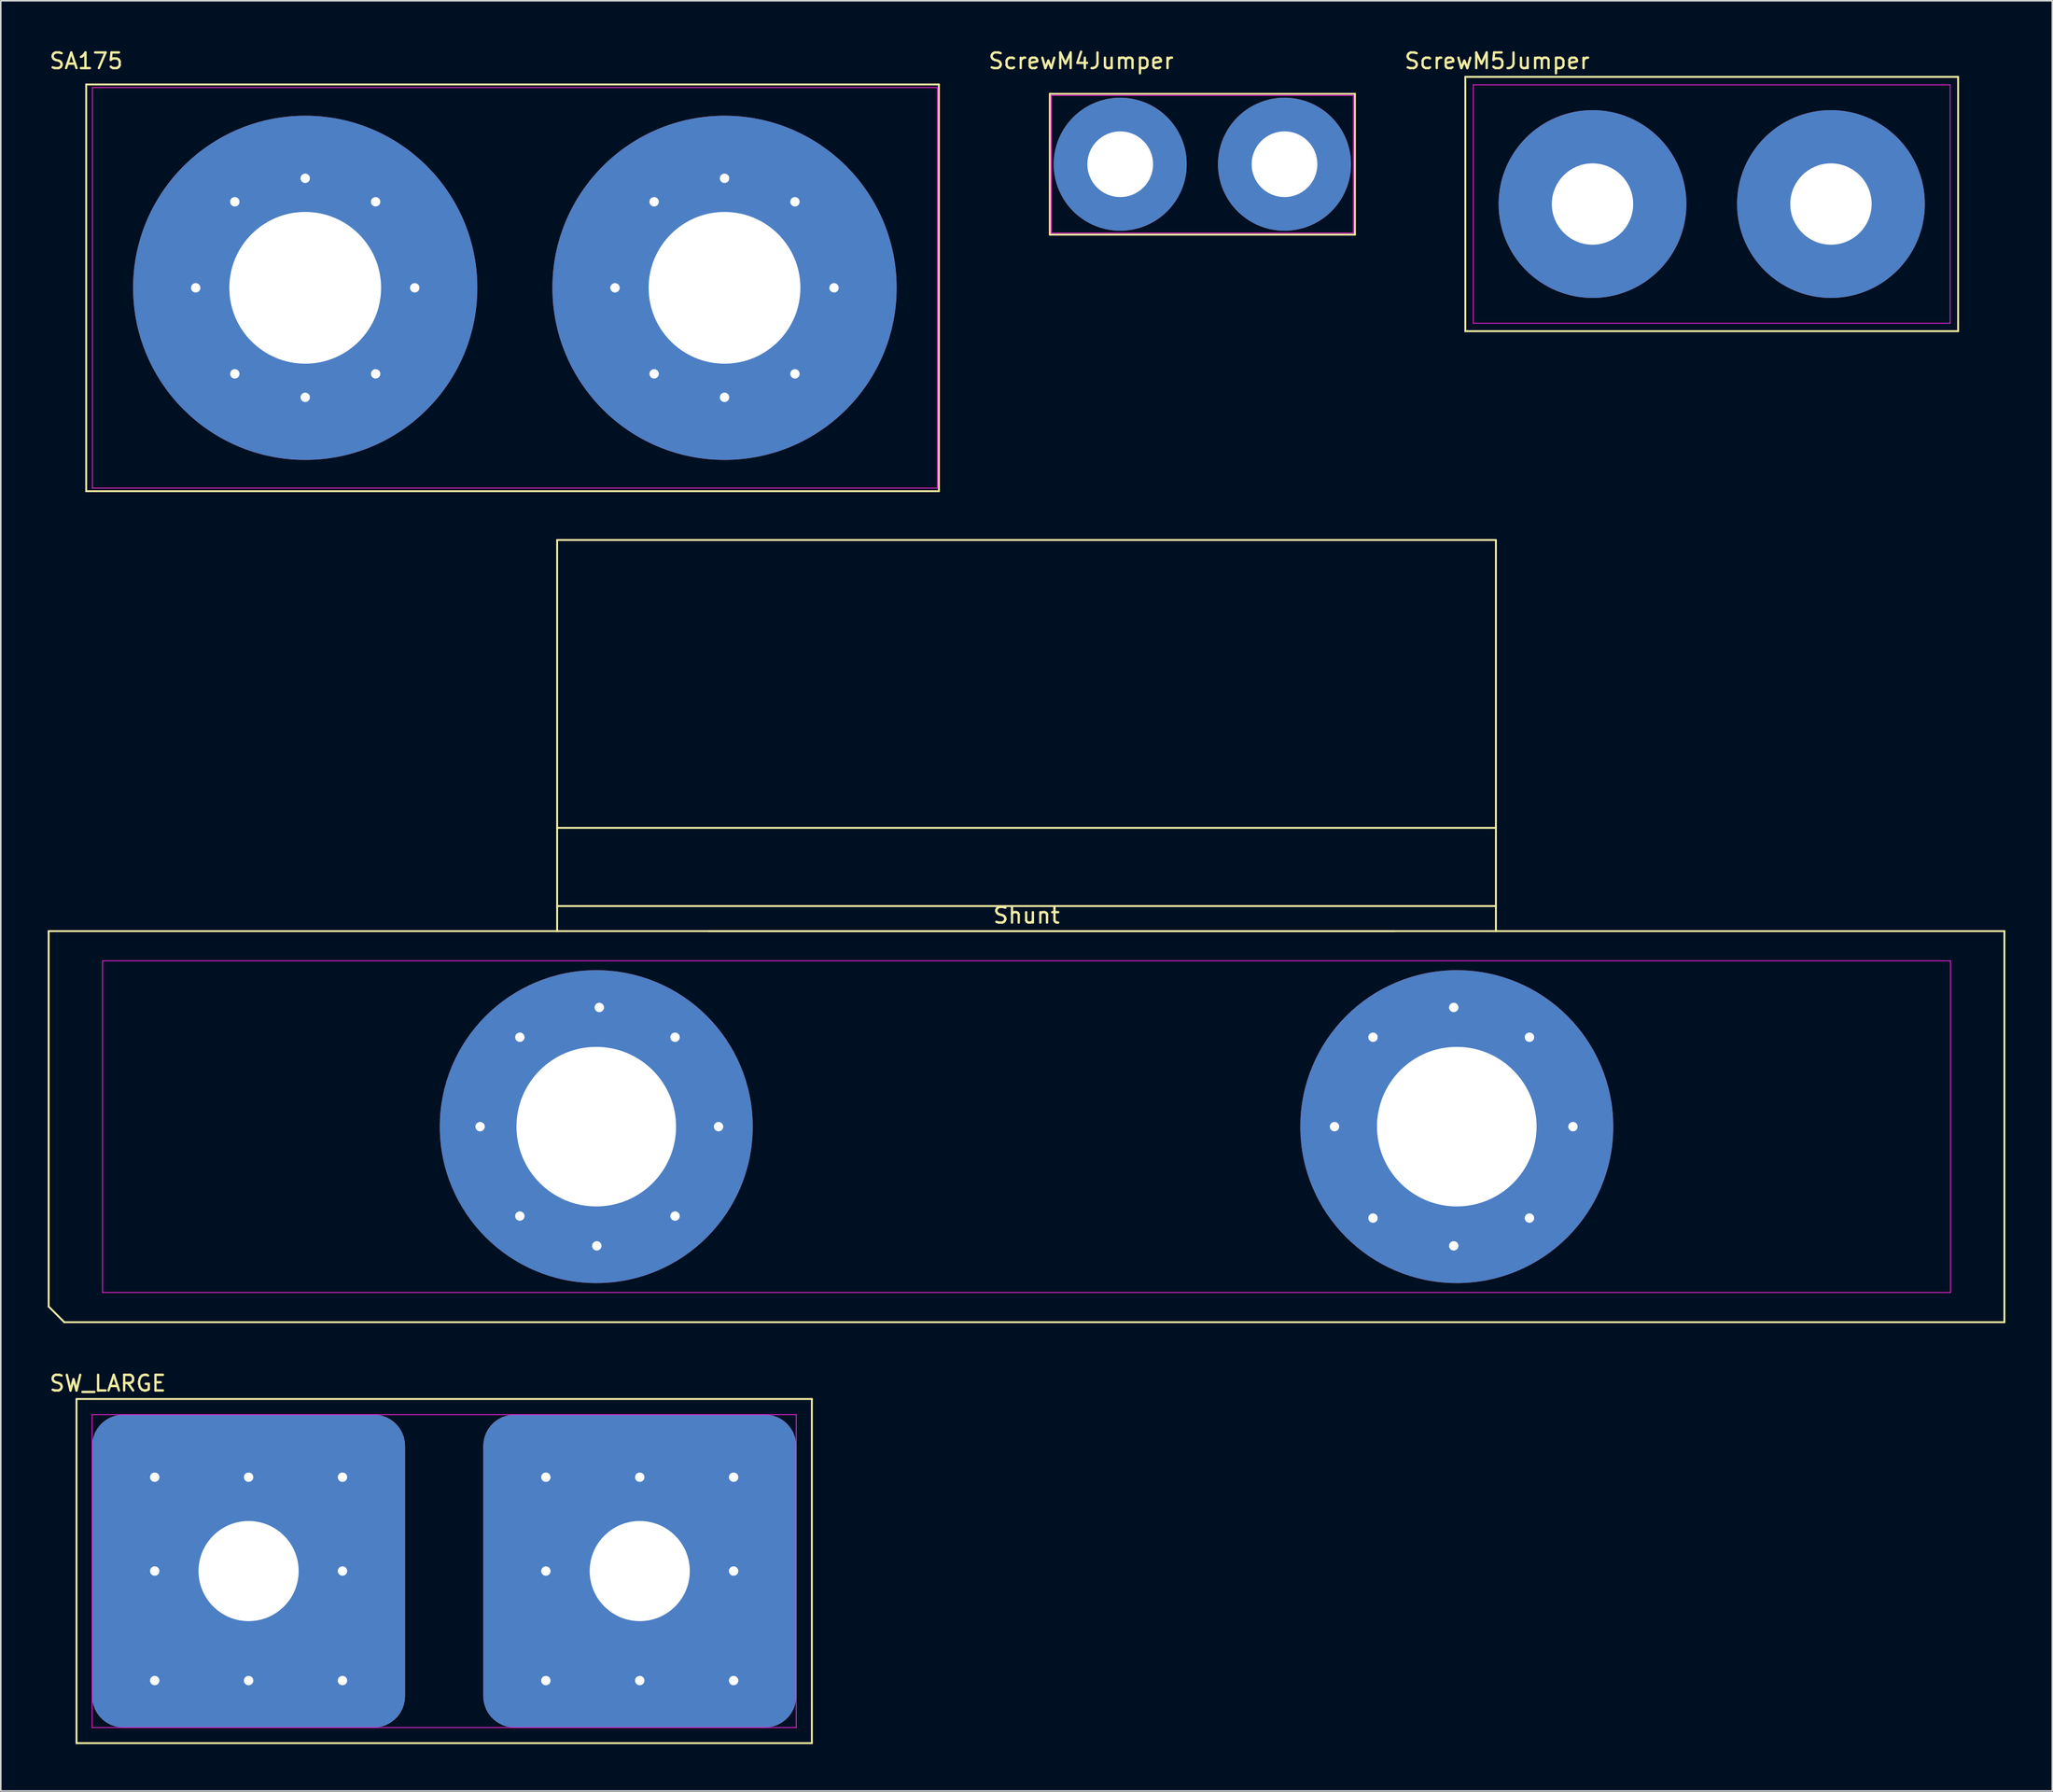
<source format=kicad_pcb>
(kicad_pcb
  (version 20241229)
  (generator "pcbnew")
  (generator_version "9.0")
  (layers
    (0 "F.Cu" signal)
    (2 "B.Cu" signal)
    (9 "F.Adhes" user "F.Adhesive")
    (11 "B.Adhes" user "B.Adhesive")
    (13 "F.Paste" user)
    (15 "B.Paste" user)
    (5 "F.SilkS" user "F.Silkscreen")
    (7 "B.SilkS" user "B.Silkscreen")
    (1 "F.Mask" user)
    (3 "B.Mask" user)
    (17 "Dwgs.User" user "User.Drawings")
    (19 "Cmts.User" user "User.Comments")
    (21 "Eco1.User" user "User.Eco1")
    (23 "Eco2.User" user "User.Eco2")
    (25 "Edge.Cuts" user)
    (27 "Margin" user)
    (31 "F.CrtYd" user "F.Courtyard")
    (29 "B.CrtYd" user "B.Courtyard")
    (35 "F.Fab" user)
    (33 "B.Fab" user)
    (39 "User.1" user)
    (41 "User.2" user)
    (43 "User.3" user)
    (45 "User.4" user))
  (footprint "Shunt"
    (layer "F.Cu")
    (at 62.56 68.968)
    (property "Reference" "Shunt" (at 0 -13.5 0) (layer "F.SilkS") (effects (font (size 1 1) (thickness 0.15))))
    (attr through_hole)
    (fp_line (start -62.5 -12.5) (end 62.5 -12.5) (stroke (width 0.12) (type solid)) (layer "F.SilkS"))
    (fp_line (start -62.5 11.5) (end -62.5 -12.5) (stroke (width 0.12) (type solid)) (layer "F.SilkS"))
    (fp_line (start -61.5 12.5) (end -62.5 11.5) (stroke (width 0.12) (type solid)) (layer "F.SilkS"))
    (fp_line (start -30 -37.5) (end -30 -12.5) (stroke (width 0.12) (type solid)) (layer "F.SilkS"))
    (fp_line (start -20.32 -12.5) (end 23.495 -12.5) (stroke (width 0.12) (type solid)) (layer "F.SilkS"))
    (fp_line (start 30 -37.5) (end -30 -37.5) (stroke (width 0.12) (type solid)) (layer "F.SilkS"))
    (fp_line (start 30 -19.1) (end -30 -19.1) (stroke (width 0.12) (type solid)) (layer "F.SilkS"))
    (fp_line (start 30 -14.1) (end -30 -14.1) (stroke (width 0.12) (type solid)) (layer "F.SilkS"))
    (fp_line (start 30 -12.5) (end 30 -37.465) (stroke (width 0.12) (type solid)) (layer "F.SilkS"))
    (fp_line (start 62.5 -12.5) (end 62.5 12.5) (stroke (width 0.12) (type solid)) (layer "F.SilkS"))
    (fp_line (start 62.5 12.5) (end -61.5 12.5) (stroke (width 0.12) (type solid)) (layer "F.SilkS"))
    (fp_line (start -59.055 -10.6) (end 59.055 -10.6) (stroke (width 0.05) (type solid)) (layer "F.CrtYd"))
    (fp_line (start -59.055 10.6) (end -59.055 -10.6) (stroke (width 0.05) (type solid)) (layer "F.CrtYd"))
    (fp_line (start 59.055 -10.6) (end 59.055 10.6) (stroke (width 0.05) (type solid)) (layer "F.CrtYd"))
    (fp_line (start 59.055 10.6) (end -59.055 10.6) (stroke (width 0.05) (type solid)) (layer "F.CrtYd"))
    (pad "1" thru_hole circle (at -34.925 0) (size 1.2 1.2) (drill 0.6) (layers "*.Cu" "*.Mask"))
    (pad "1" thru_hole circle (at -32.385 -5.715) (size 1.2 1.2) (drill 0.6) (layers "*.Cu" "*.Mask"))
    (pad "1" thru_hole circle (at -32.385 5.715) (size 1.2 1.2) (drill 0.6) (layers "*.Cu" "*.Mask"))
    (pad "1" thru_hole oval (at -27.5 0) (size 20 20) (drill 10.2) (layers "*.Cu" "*.Mask"))
    (pad "1" thru_hole circle (at -27.465 7.62) (size 1.2 1.2) (drill 0.6) (layers "*.Cu" "*.Mask"))
    (pad "1" thru_hole circle (at -27.305 -7.62) (size 1.2 1.2) (drill 0.6) (layers "*.Cu" "*.Mask"))
    (pad "1" thru_hole circle (at -22.465 -5.715) (size 1.2 1.2) (drill 0.6) (layers "*.Cu" "*.Mask"))
    (pad "1" thru_hole circle (at -22.465 5.715) (size 1.2 1.2) (drill 0.6) (layers "*.Cu" "*.Mask"))
    (pad "1" thru_hole circle (at -19.685 0) (size 1.2 1.2) (drill 0.6) (layers "*.Cu" "*.Mask"))
    (pad "2" thru_hole circle (at 19.685 0) (size 1.2 1.2) (drill 0.6) (layers "*.Cu" "*.Mask"))
    (pad "2" thru_hole circle (at 22.145 -5.715) (size 1.2 1.2) (drill 0.6) (layers "*.Cu" "*.Mask"))
    (pad "2" thru_hole circle (at 22.145 5.845) (size 1.2 1.2) (drill 0.6) (layers "*.Cu" "*.Mask"))
    (pad "2" thru_hole circle (at 27.305 -7.62) (size 1.2 1.2) (drill 0.6) (layers "*.Cu" "*.Mask"))
    (pad "2" thru_hole circle (at 27.305 7.62) (size 1.2 1.2) (drill 0.6) (layers "*.Cu" "*.Mask"))
    (pad "2" thru_hole oval (at 27.5 0) (size 20 20) (drill 10.2) (layers "*.Cu" "*.Mask"))
    (pad "2" thru_hole circle (at 32.145 -5.715) (size 1.2 1.2) (drill 0.6) (layers "*.Cu" "*.Mask"))
    (pad "2" thru_hole circle (at 32.145 5.845) (size 1.2 1.2) (drill 0.6) (layers "*.Cu" "*.Mask"))
    (pad "2" thru_hole circle (at 34.925 0) (size 1.2 1.2) (drill 0.6) (layers "*.Cu" "*.Mask")))
  (footprint "SW_LARGE"
    (layer "F.Cu")
    (at 12.839 97.376)
    (property "Reference" "SW_LARGE" (at -9 -12 0) (layer "F.SilkS") (effects (font (size 1 1) (thickness 0.15))))
    (attr through_hole)
    (fp_line (start -11 -11) (end 36 -11) (stroke (width 0.12) (type solid)) (layer "F.SilkS"))
    (fp_line (start -11 11) (end -11 -11) (stroke (width 0.12) (type solid)) (layer "F.SilkS"))
    (fp_line (start 36 -11) (end 36 11) (stroke (width 0.12) (type solid)) (layer "F.SilkS"))
    (fp_line (start 36 11) (end -11 11) (stroke (width 0.12) (type solid)) (layer "F.SilkS"))
    (fp_line (start -10 -10) (end 35 -10) (stroke (width 0.05) (type solid)) (layer "F.CrtYd"))
    (fp_line (start -10 10) (end -10 -10) (stroke (width 0.05) (type solid)) (layer "F.CrtYd"))
    (fp_line (start 35 -10) (end 35 10) (stroke (width 0.05) (type solid)) (layer "F.CrtYd"))
    (fp_line (start 35 10) (end -10 10) (stroke (width 0.05) (type solid)) (layer "F.CrtYd"))
    (pad "1" thru_hole circle (at -6 -6) (size 2 2) (drill 0.6) (layers "*.Cu" "*.Mask"))
    (pad "1" thru_hole circle (at -6 0) (size 2 2) (drill 0.6) (layers "*.Cu" "*.Mask"))
    (pad "1" thru_hole circle (at -6 7) (size 2 2) (drill 0.6) (layers "*.Cu" "*.Mask"))
    (pad "1" thru_hole circle (at 0 -6) (size 2 2) (drill 0.6) (layers "*.Cu" "*.Mask"))
    (pad "1" thru_hole roundrect (at 0 0) (size 20 20) (drill 6.4) (layers "*.Cu" "*.Mask") (roundrect_rratio 0.1))
    (pad "1" thru_hole circle (at 0 7) (size 2 2) (drill 0.6) (layers "*.Cu" "*.Mask"))
    (pad "1" thru_hole circle (at 6 -6) (size 2 2) (drill 0.6) (layers "*.Cu" "*.Mask"))
    (pad "1" thru_hole circle (at 6 0) (size 2 2) (drill 0.6) (layers "*.Cu" "*.Mask"))
    (pad "1" thru_hole circle (at 6 7) (size 2 2) (drill 0.6) (layers "*.Cu" "*.Mask"))
    (pad "2" thru_hole circle (at 19 -6) (size 2 2) (drill 0.6) (layers "*.Cu" "*.Mask"))
    (pad "2" thru_hole circle (at 19 0) (size 2 2) (drill 0.6) (layers "*.Cu" "*.Mask"))
    (pad "2" thru_hole circle (at 19 7) (size 2 2) (drill 0.6) (layers "*.Cu" "*.Mask"))
    (pad "2" thru_hole circle (at 25 -6) (size 2 2) (drill 0.6) (layers "*.Cu" "*.Mask"))
    (pad "2" thru_hole roundrect (at 25 0) (size 20 20) (drill 6.4) (layers "*.Cu" "*.Mask") (roundrect_rratio 0.1))
    (pad "2" thru_hole circle (at 25 7) (size 2 2) (drill 0.6) (layers "*.Cu" "*.Mask"))
    (pad "2" thru_hole circle (at 31 -6) (size 2 2) (drill 0.6) (layers "*.Cu" "*.Mask"))
    (pad "2" thru_hole circle (at 31 0) (size 2 2) (drill 0.6) (layers "*.Cu" "*.Mask"))
    (pad "2" thru_hole circle (at 31 7) (size 2 2) (drill 0.6) (layers "*.Cu" "*.Mask")))
  (footprint "ScrewM5Jumper"
    (layer "F.Cu")
    (at 98.734 9.992)
    (property "Reference" "ScrewM5Jumper" (at -6.096 -9.144 0) (layer "F.SilkS") (effects (font (size 1 1) (thickness 0.15))))
    (attr through_hole)
    (fp_line (start -8.128 -8.128) (end 23.368 -8.128) (stroke (width 0.12) (type solid)) (layer "F.SilkS"))
    (fp_line (start -8.128 8.128) (end -8.128 -8.128) (stroke (width 0.12) (type solid)) (layer "F.SilkS"))
    (fp_line (start 23.368 -8.128) (end 23.368 8.128) (stroke (width 0.12) (type solid)) (layer "F.SilkS"))
    (fp_line (start 23.368 8.128) (end -8.128 8.128) (stroke (width 0.12) (type solid)) (layer "F.SilkS"))
    (fp_line (start -7.62 -7.62) (end 22.86 -7.62) (stroke (width 0.05) (type solid)) (layer "F.CrtYd"))
    (fp_line (start -7.62 7.62) (end -7.62 -7.62) (stroke (width 0.05) (type solid)) (layer "F.CrtYd"))
    (fp_line (start 22.86 -7.62) (end 22.86 7.62) (stroke (width 0.05) (type solid)) (layer "F.CrtYd"))
    (fp_line (start 22.86 7.62) (end -7.62 7.62) (stroke (width 0.05) (type solid)) (layer "F.CrtYd"))
    (pad "1" thru_hole oval (at 0 0) (size 12 12) (drill 5.2) (layers "*.Cu" "*.Mask"))
    (pad "2" thru_hole oval (at 15.24 0) (size 12 12) (drill 5.2) (layers "*.Cu" "*.Mask")))
  (footprint "ScrewM4Jumper"
    (layer "F.Cu")
    (at 68.548 7.448)
    (property "Reference" "ScrewM4Jumper" (at -2.5 -6.6 0) (layer "F.SilkS") (effects (font (size 1 1) (thickness 0.15))))
    (attr through_hole)
    (fp_line (start -4.5 -4.5) (end 15 -4.5) (stroke (width 0.12) (type solid)) (layer "F.SilkS"))
    (fp_line (start -4.5 4.5) (end -4.5 -4.5) (stroke (width 0.12) (type solid)) (layer "F.SilkS"))
    (fp_line (start 15 -4.5) (end 15 4.5) (stroke (width 0.12) (type solid)) (layer "F.SilkS"))
    (fp_line (start 15 4.5) (end -4.5 4.5) (stroke (width 0.12) (type solid)) (layer "F.SilkS"))
    (fp_line (start -4.4 -4.4) (end 14.9 -4.4) (stroke (width 0.05) (type solid)) (layer "F.CrtYd"))
    (fp_line (start -4.4 4.4) (end -4.4 -4.4) (stroke (width 0.05) (type solid)) (layer "F.CrtYd"))
    (fp_line (start 14.9 -4.4) (end 14.9 4.4) (stroke (width 0.05) (type solid)) (layer "F.CrtYd"))
    (fp_line (start 14.9 4.4) (end -4.4 4.4) (stroke (width 0.05) (type solid)) (layer "F.CrtYd"))
    (pad "1" thru_hole oval (at 0 0) (size 8.5 8.5) (drill 4.2) (layers "*.Cu" "*.Mask"))
    (pad "2" thru_hole oval (at 10.5 0) (size 8.5 8.5) (drill 4.2) (layers "*.Cu" "*.Mask")))
  (footprint "SA175"
    (layer "F.Cu")
    (at 16.458 15.348)
    (property "Reference" "SA175" (at -14 -14.5 0) (layer "F.SilkS") (effects (font (size 1 1) (thickness 0.15))))
    (attr through_hole)
    (fp_line (start -14 -13) (end 40.5 -13) (stroke (width 0.12) (type solid)) (layer "F.SilkS"))
    (fp_line (start -14 13) (end -14 -13) (stroke (width 0.12) (type solid)) (layer "F.SilkS"))
    (fp_line (start 40.5 -13) (end 40.5 13) (stroke (width 0.12) (type solid)) (layer "F.SilkS"))
    (fp_line (start 40.5 13) (end -14 13) (stroke (width 0.12) (type solid)) (layer "F.SilkS"))
    (fp_line (start -13.6 -12.8) (end 40.4 -12.8) (stroke (width 0.05) (type solid)) (layer "F.CrtYd"))
    (fp_line (start -13.6 12.8) (end -13.6 -12.8) (stroke (width 0.05) (type solid)) (layer "F.CrtYd"))
    (fp_line (start -13.6 12.8) (end 40.4 12.8) (stroke (width 0.05) (type solid)) (layer "F.CrtYd"))
    (fp_line (start 40.4 -12.8) (end 40.4 12.8) (stroke (width 0.05) (type solid)) (layer "F.CrtYd"))
    (pad "1" thru_hole circle (at -7 0) (size 2 2) (drill 0.6) (layers "*.Cu" "*.Mask"))
    (pad "1" thru_hole circle (at -4.5 -5.5) (size 2 2) (drill 0.6) (layers "*.Cu" "*.Mask"))
    (pad "1" thru_hole circle (at -4.5 5.5) (size 2 2) (drill 0.6) (layers "*.Cu" "*.Mask"))
    (pad "1" thru_hole circle (at 0 -7) (size 2 2) (drill 0.6) (layers "*.Cu" "*.Mask"))
    (pad "1" thru_hole circle (at 0 0) (size 22 22) (drill 9.7) (layers "*.Cu" "*.Mask"))
    (pad "1" thru_hole circle (at 0 7) (size 2 2) (drill 0.6) (layers "*.Cu" "*.Mask"))
    (pad "1" thru_hole circle (at 4.5 -5.5) (size 2 2) (drill 0.6) (layers "*.Cu" "*.Mask"))
    (pad "1" thru_hole circle (at 4.5 5.5) (size 2 2) (drill 0.6) (layers "*.Cu" "*.Mask"))
    (pad "1" thru_hole circle (at 7 0) (size 2 2) (drill 0.6) (layers "*.Cu" "*.Mask"))
    (pad "2" thru_hole circle (at 19.8 0) (size 2 2) (drill 0.6) (layers "*.Cu" "*.Mask"))
    (pad "2" thru_hole circle (at 22.3 -5.5) (size 2 2) (drill 0.6) (layers "*.Cu" "*.Mask"))
    (pad "2" thru_hole circle (at 22.3 5.5) (size 2 2) (drill 0.6) (layers "*.Cu" "*.Mask"))
    (pad "2" thru_hole circle (at 26.8 -7) (size 2 2) (drill 0.6) (layers "*.Cu" "*.Mask"))
    (pad "2" thru_hole circle (at 26.8 0) (size 22 22) (drill 9.7) (layers "*.Cu" "*.Mask"))
    (pad "2" thru_hole circle (at 26.8 7) (size 2 2) (drill 0.6) (layers "*.Cu" "*.Mask"))
    (pad "2" thru_hole circle (at 31.3 -5.5) (size 2 2) (drill 0.6) (layers "*.Cu" "*.Mask"))
    (pad "2" thru_hole circle (at 31.3 5.5) (size 2 2) (drill 0.6) (layers "*.Cu" "*.Mask"))
    (pad "2" thru_hole circle (at 33.8 0) (size 2 2) (drill 0.6) (layers "*.Cu" "*.Mask")))
  (gr_rect
    (start -3 -3)
    (end 128.12 111.436)
    (stroke (width 0.1) (type default))
    (fill no)
    (layer "Edge.Cuts")))
</source>
